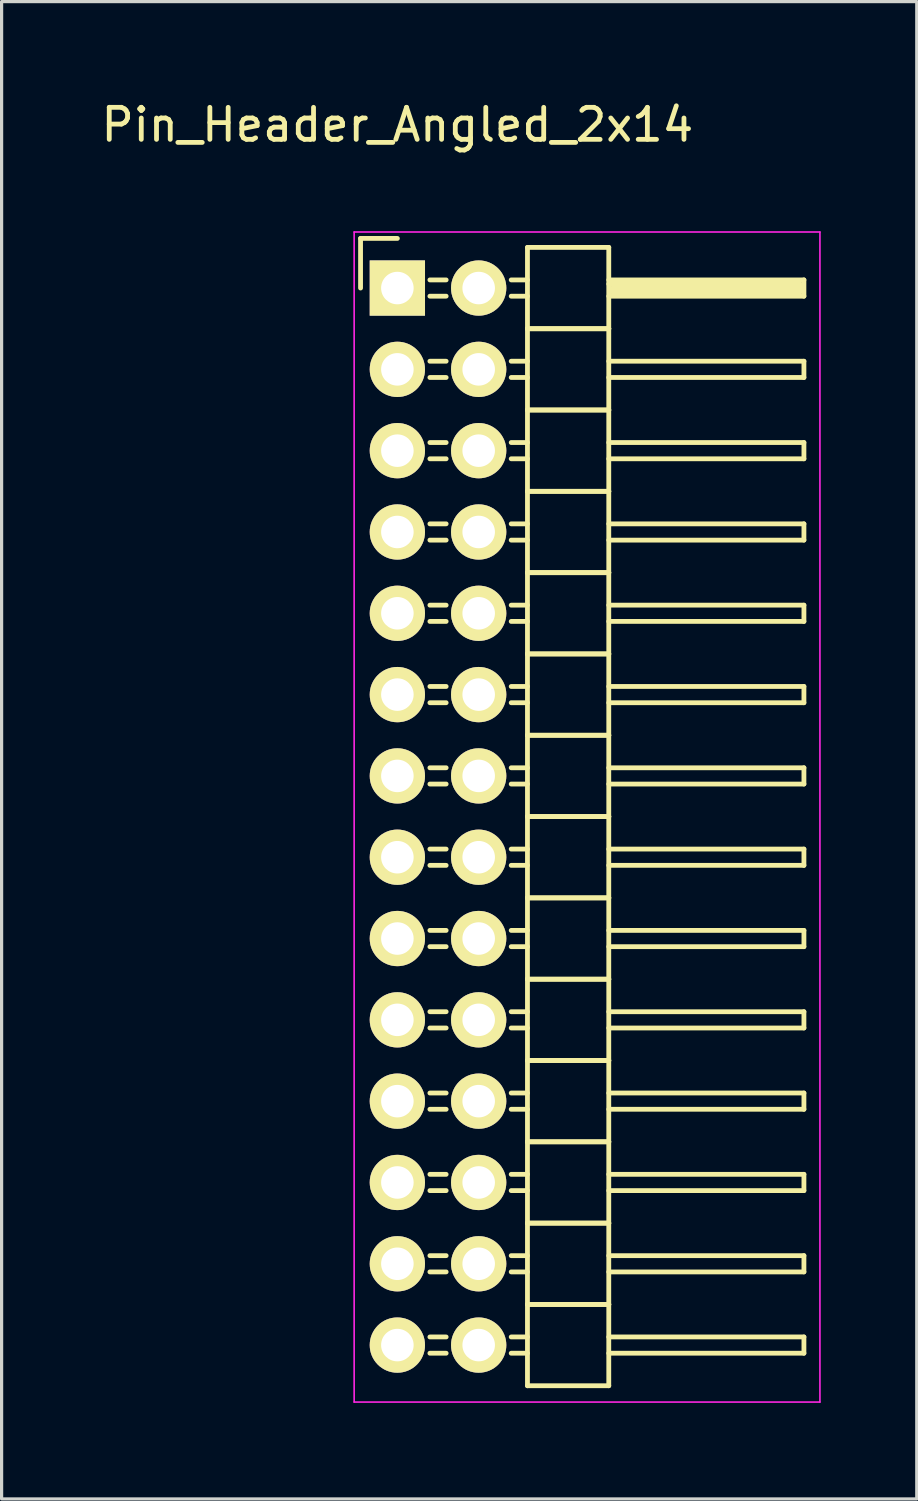
<source format=kicad_pcb>
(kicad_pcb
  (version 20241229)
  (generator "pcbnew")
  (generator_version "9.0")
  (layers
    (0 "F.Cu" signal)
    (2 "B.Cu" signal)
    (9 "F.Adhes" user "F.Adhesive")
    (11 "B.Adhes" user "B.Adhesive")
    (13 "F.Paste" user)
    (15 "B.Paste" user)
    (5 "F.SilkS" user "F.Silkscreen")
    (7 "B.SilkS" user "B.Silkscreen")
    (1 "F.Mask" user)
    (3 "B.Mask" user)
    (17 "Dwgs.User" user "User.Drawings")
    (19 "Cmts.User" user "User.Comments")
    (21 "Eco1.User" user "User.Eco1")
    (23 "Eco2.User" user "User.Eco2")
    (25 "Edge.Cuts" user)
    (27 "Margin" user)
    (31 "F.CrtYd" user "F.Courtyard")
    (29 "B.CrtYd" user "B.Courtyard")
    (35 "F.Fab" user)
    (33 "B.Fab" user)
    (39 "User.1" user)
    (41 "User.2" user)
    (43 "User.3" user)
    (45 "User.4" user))
  (footprint "Pin_Header_Angled_2x14"
    (layer "F.Cu")
    (at 9.363 5.948)
    (property "Reference" "Pin_Header_Angled_2x14" (at 0 -5.1 0) (layer "F.SilkS") (effects (font (size 1 1) (thickness 0.15))))
    (attr through_hole)
    (fp_line (start -1.15 -1.55) (end -1.15 0) (stroke (width 0.15) (type solid)) (layer "F.SilkS"))
    (fp_line (start 0 -1.55) (end -1.15 -1.55) (stroke (width 0.15) (type solid)) (layer "F.SilkS"))
    (fp_line (start 1.524 -0.254) (end 1.016 -0.254) (stroke (width 0.15) (type solid)) (layer "F.SilkS"))
    (fp_line (start 1.524 0.254) (end 1.016 0.254) (stroke (width 0.15) (type solid)) (layer "F.SilkS"))
    (fp_line (start 1.524 2.286) (end 1.016 2.286) (stroke (width 0.15) (type solid)) (layer "F.SilkS"))
    (fp_line (start 1.524 2.794) (end 1.016 2.794) (stroke (width 0.15) (type solid)) (layer "F.SilkS"))
    (fp_line (start 1.524 4.826) (end 1.016 4.826) (stroke (width 0.15) (type solid)) (layer "F.SilkS"))
    (fp_line (start 1.524 5.334) (end 1.016 5.334) (stroke (width 0.15) (type solid)) (layer "F.SilkS"))
    (fp_line (start 1.524 7.366) (end 1.016 7.366) (stroke (width 0.15) (type solid)) (layer "F.SilkS"))
    (fp_line (start 1.524 7.874) (end 1.016 7.874) (stroke (width 0.15) (type solid)) (layer "F.SilkS"))
    (fp_line (start 1.524 9.906) (end 1.016 9.906) (stroke (width 0.15) (type solid)) (layer "F.SilkS"))
    (fp_line (start 1.524 10.414) (end 1.016 10.414) (stroke (width 0.15) (type solid)) (layer "F.SilkS"))
    (fp_line (start 1.524 12.446) (end 1.016 12.446) (stroke (width 0.15) (type solid)) (layer "F.SilkS"))
    (fp_line (start 1.524 12.954) (end 1.016 12.954) (stroke (width 0.15) (type solid)) (layer "F.SilkS"))
    (fp_line (start 1.524 14.986) (end 1.016 14.986) (stroke (width 0.15) (type solid)) (layer "F.SilkS"))
    (fp_line (start 1.524 15.494) (end 1.016 15.494) (stroke (width 0.15) (type solid)) (layer "F.SilkS"))
    (fp_line (start 1.524 17.526) (end 1.016 17.526) (stroke (width 0.15) (type solid)) (layer "F.SilkS"))
    (fp_line (start 1.524 18.034) (end 1.016 18.034) (stroke (width 0.15) (type solid)) (layer "F.SilkS"))
    (fp_line (start 1.524 20.066) (end 1.016 20.066) (stroke (width 0.15) (type solid)) (layer "F.SilkS"))
    (fp_line (start 1.524 20.574) (end 1.016 20.574) (stroke (width 0.15) (type solid)) (layer "F.SilkS"))
    (fp_line (start 1.524 22.606) (end 1.016 22.606) (stroke (width 0.15) (type solid)) (layer "F.SilkS"))
    (fp_line (start 1.524 23.114) (end 1.016 23.114) (stroke (width 0.15) (type solid)) (layer "F.SilkS"))
    (fp_line (start 1.524 25.146) (end 1.016 25.146) (stroke (width 0.15) (type solid)) (layer "F.SilkS"))
    (fp_line (start 1.524 25.654) (end 1.016 25.654) (stroke (width 0.15) (type solid)) (layer "F.SilkS"))
    (fp_line (start 1.524 27.686) (end 1.016 27.686) (stroke (width 0.15) (type solid)) (layer "F.SilkS"))
    (fp_line (start 1.524 28.194) (end 1.016 28.194) (stroke (width 0.15) (type solid)) (layer "F.SilkS"))
    (fp_line (start 1.524 30.226) (end 1.016 30.226) (stroke (width 0.15) (type solid)) (layer "F.SilkS"))
    (fp_line (start 1.524 30.734) (end 1.016 30.734) (stroke (width 0.15) (type solid)) (layer "F.SilkS"))
    (fp_line (start 1.524 32.766) (end 1.016 32.766) (stroke (width 0.15) (type solid)) (layer "F.SilkS"))
    (fp_line (start 1.524 33.274) (end 1.016 33.274) (stroke (width 0.15) (type solid)) (layer "F.SilkS"))
    (fp_line (start 4.064 -1.27) (end 4.064 1.27) (stroke (width 0.15) (type solid)) (layer "F.SilkS"))
    (fp_line (start 4.064 -1.27) (end 6.604 -1.27) (stroke (width 0.15) (type solid)) (layer "F.SilkS"))
    (fp_line (start 4.064 -0.254) (end 3.556 -0.254) (stroke (width 0.15) (type solid)) (layer "F.SilkS"))
    (fp_line (start 4.064 0.254) (end 3.556 0.254) (stroke (width 0.15) (type solid)) (layer "F.SilkS"))
    (fp_line (start 4.064 1.27) (end 4.064 3.81) (stroke (width 0.15) (type solid)) (layer "F.SilkS"))
    (fp_line (start 4.064 1.27) (end 6.604 1.27) (stroke (width 0.15) (type solid)) (layer "F.SilkS"))
    (fp_line (start 4.064 1.27) (end 6.604 1.27) (stroke (width 0.15) (type solid)) (layer "F.SilkS"))
    (fp_line (start 4.064 2.286) (end 3.556 2.286) (stroke (width 0.15) (type solid)) (layer "F.SilkS"))
    (fp_line (start 4.064 2.794) (end 3.556 2.794) (stroke (width 0.15) (type solid)) (layer "F.SilkS"))
    (fp_line (start 4.064 3.81) (end 4.064 6.35) (stroke (width 0.15) (type solid)) (layer "F.SilkS"))
    (fp_line (start 4.064 3.81) (end 6.604 3.81) (stroke (width 0.15) (type solid)) (layer "F.SilkS"))
    (fp_line (start 4.064 3.81) (end 6.604 3.81) (stroke (width 0.15) (type solid)) (layer "F.SilkS"))
    (fp_line (start 4.064 4.826) (end 3.556 4.826) (stroke (width 0.15) (type solid)) (layer "F.SilkS"))
    (fp_line (start 4.064 5.334) (end 3.556 5.334) (stroke (width 0.15) (type solid)) (layer "F.SilkS"))
    (fp_line (start 4.064 6.35) (end 4.064 8.89) (stroke (width 0.15) (type solid)) (layer "F.SilkS"))
    (fp_line (start 4.064 6.35) (end 6.604 6.35) (stroke (width 0.15) (type solid)) (layer "F.SilkS"))
    (fp_line (start 4.064 6.35) (end 6.604 6.35) (stroke (width 0.15) (type solid)) (layer "F.SilkS"))
    (fp_line (start 4.064 7.366) (end 3.556 7.366) (stroke (width 0.15) (type solid)) (layer "F.SilkS"))
    (fp_line (start 4.064 7.874) (end 3.556 7.874) (stroke (width 0.15) (type solid)) (layer "F.SilkS"))
    (fp_line (start 4.064 8.89) (end 4.064 11.43) (stroke (width 0.15) (type solid)) (layer "F.SilkS"))
    (fp_line (start 4.064 8.89) (end 6.604 8.89) (stroke (width 0.15) (type solid)) (layer "F.SilkS"))
    (fp_line (start 4.064 8.89) (end 6.604 8.89) (stroke (width 0.15) (type solid)) (layer "F.SilkS"))
    (fp_line (start 4.064 9.906) (end 3.556 9.906) (stroke (width 0.15) (type solid)) (layer "F.SilkS"))
    (fp_line (start 4.064 10.414) (end 3.556 10.414) (stroke (width 0.15) (type solid)) (layer "F.SilkS"))
    (fp_line (start 4.064 11.43) (end 4.064 13.97) (stroke (width 0.15) (type solid)) (layer "F.SilkS"))
    (fp_line (start 4.064 11.43) (end 6.604 11.43) (stroke (width 0.15) (type solid)) (layer "F.SilkS"))
    (fp_line (start 4.064 11.43) (end 6.604 11.43) (stroke (width 0.15) (type solid)) (layer "F.SilkS"))
    (fp_line (start 4.064 12.446) (end 3.556 12.446) (stroke (width 0.15) (type solid)) (layer "F.SilkS"))
    (fp_line (start 4.064 12.954) (end 3.556 12.954) (stroke (width 0.15) (type solid)) (layer "F.SilkS"))
    (fp_line (start 4.064 13.97) (end 4.064 16.51) (stroke (width 0.15) (type solid)) (layer "F.SilkS"))
    (fp_line (start 4.064 13.97) (end 6.604 13.97) (stroke (width 0.15) (type solid)) (layer "F.SilkS"))
    (fp_line (start 4.064 13.97) (end 6.604 13.97) (stroke (width 0.15) (type solid)) (layer "F.SilkS"))
    (fp_line (start 4.064 14.986) (end 3.556 14.986) (stroke (width 0.15) (type solid)) (layer "F.SilkS"))
    (fp_line (start 4.064 15.494) (end 3.556 15.494) (stroke (width 0.15) (type solid)) (layer "F.SilkS"))
    (fp_line (start 4.064 16.51) (end 4.064 19.05) (stroke (width 0.15) (type solid)) (layer "F.SilkS"))
    (fp_line (start 4.064 16.51) (end 6.604 16.51) (stroke (width 0.15) (type solid)) (layer "F.SilkS"))
    (fp_line (start 4.064 16.51) (end 6.604 16.51) (stroke (width 0.15) (type solid)) (layer "F.SilkS"))
    (fp_line (start 4.064 17.526) (end 3.556 17.526) (stroke (width 0.15) (type solid)) (layer "F.SilkS"))
    (fp_line (start 4.064 18.034) (end 3.556 18.034) (stroke (width 0.15) (type solid)) (layer "F.SilkS"))
    (fp_line (start 4.064 19.05) (end 4.064 21.59) (stroke (width 0.15) (type solid)) (layer "F.SilkS"))
    (fp_line (start 4.064 19.05) (end 6.604 19.05) (stroke (width 0.15) (type solid)) (layer "F.SilkS"))
    (fp_line (start 4.064 19.05) (end 6.604 19.05) (stroke (width 0.15) (type solid)) (layer "F.SilkS"))
    (fp_line (start 4.064 20.066) (end 3.556 20.066) (stroke (width 0.15) (type solid)) (layer "F.SilkS"))
    (fp_line (start 4.064 20.574) (end 3.556 20.574) (stroke (width 0.15) (type solid)) (layer "F.SilkS"))
    (fp_line (start 4.064 21.59) (end 4.064 24.13) (stroke (width 0.15) (type solid)) (layer "F.SilkS"))
    (fp_line (start 4.064 21.59) (end 6.604 21.59) (stroke (width 0.15) (type solid)) (layer "F.SilkS"))
    (fp_line (start 4.064 21.59) (end 6.604 21.59) (stroke (width 0.15) (type solid)) (layer "F.SilkS"))
    (fp_line (start 4.064 22.606) (end 3.556 22.606) (stroke (width 0.15) (type solid)) (layer "F.SilkS"))
    (fp_line (start 4.064 23.114) (end 3.556 23.114) (stroke (width 0.15) (type solid)) (layer "F.SilkS"))
    (fp_line (start 4.064 24.13) (end 4.064 26.67) (stroke (width 0.15) (type solid)) (layer "F.SilkS"))
    (fp_line (start 4.064 24.13) (end 6.604 24.13) (stroke (width 0.15) (type solid)) (layer "F.SilkS"))
    (fp_line (start 4.064 24.13) (end 6.604 24.13) (stroke (width 0.15) (type solid)) (layer "F.SilkS"))
    (fp_line (start 4.064 25.146) (end 3.556 25.146) (stroke (width 0.15) (type solid)) (layer "F.SilkS"))
    (fp_line (start 4.064 25.654) (end 3.556 25.654) (stroke (width 0.15) (type solid)) (layer "F.SilkS"))
    (fp_line (start 4.064 26.67) (end 4.064 29.21) (stroke (width 0.15) (type solid)) (layer "F.SilkS"))
    (fp_line (start 4.064 26.67) (end 6.604 26.67) (stroke (width 0.15) (type solid)) (layer "F.SilkS"))
    (fp_line (start 4.064 26.67) (end 6.604 26.67) (stroke (width 0.15) (type solid)) (layer "F.SilkS"))
    (fp_line (start 4.064 27.686) (end 3.556 27.686) (stroke (width 0.15) (type solid)) (layer "F.SilkS"))
    (fp_line (start 4.064 28.194) (end 3.556 28.194) (stroke (width 0.15) (type solid)) (layer "F.SilkS"))
    (fp_line (start 4.064 29.21) (end 4.064 31.75) (stroke (width 0.15) (type solid)) (layer "F.SilkS"))
    (fp_line (start 4.064 29.21) (end 6.604 29.21) (stroke (width 0.15) (type solid)) (layer "F.SilkS"))
    (fp_line (start 4.064 29.21) (end 6.604 29.21) (stroke (width 0.15) (type solid)) (layer "F.SilkS"))
    (fp_line (start 4.064 30.226) (end 3.556 30.226) (stroke (width 0.15) (type solid)) (layer "F.SilkS"))
    (fp_line (start 4.064 30.734) (end 3.556 30.734) (stroke (width 0.15) (type solid)) (layer "F.SilkS"))
    (fp_line (start 4.064 31.75) (end 4.064 34.29) (stroke (width 0.15) (type solid)) (layer "F.SilkS"))
    (fp_line (start 4.064 31.75) (end 6.604 31.75) (stroke (width 0.15) (type solid)) (layer "F.SilkS"))
    (fp_line (start 4.064 31.75) (end 6.604 31.75) (stroke (width 0.15) (type solid)) (layer "F.SilkS"))
    (fp_line (start 4.064 32.766) (end 3.556 32.766) (stroke (width 0.15) (type solid)) (layer "F.SilkS"))
    (fp_line (start 4.064 33.274) (end 3.556 33.274) (stroke (width 0.15) (type solid)) (layer "F.SilkS"))
    (fp_line (start 4.064 34.29) (end 6.604 34.29) (stroke (width 0.15) (type solid)) (layer "F.SilkS"))
    (fp_line (start 6.604 -0.254) (end 12.7 -0.254) (stroke (width 0.15) (type solid)) (layer "F.SilkS"))
    (fp_line (start 6.604 -0.127) (end 12.573 -0.127) (stroke (width 0.15) (type solid)) (layer "F.SilkS"))
    (fp_line (start 6.604 1.27) (end 6.604 -1.27) (stroke (width 0.15) (type solid)) (layer "F.SilkS"))
    (fp_line (start 6.604 2.286) (end 12.7 2.286) (stroke (width 0.15) (type solid)) (layer "F.SilkS"))
    (fp_line (start 6.604 3.81) (end 6.604 1.27) (stroke (width 0.15) (type solid)) (layer "F.SilkS"))
    (fp_line (start 6.604 4.826) (end 12.7 4.826) (stroke (width 0.15) (type solid)) (layer "F.SilkS"))
    (fp_line (start 6.604 6.35) (end 6.604 3.81) (stroke (width 0.15) (type solid)) (layer "F.SilkS"))
    (fp_line (start 6.604 7.366) (end 12.7 7.366) (stroke (width 0.15) (type solid)) (layer "F.SilkS"))
    (fp_line (start 6.604 8.89) (end 6.604 6.35) (stroke (width 0.15) (type solid)) (layer "F.SilkS"))
    (fp_line (start 6.604 9.906) (end 12.7 9.906) (stroke (width 0.15) (type solid)) (layer "F.SilkS"))
    (fp_line (start 6.604 11.43) (end 6.604 8.89) (stroke (width 0.15) (type solid)) (layer "F.SilkS"))
    (fp_line (start 6.604 12.446) (end 12.7 12.446) (stroke (width 0.15) (type solid)) (layer "F.SilkS"))
    (fp_line (start 6.604 13.97) (end 6.604 11.43) (stroke (width 0.15) (type solid)) (layer "F.SilkS"))
    (fp_line (start 6.604 14.986) (end 12.7 14.986) (stroke (width 0.15) (type solid)) (layer "F.SilkS"))
    (fp_line (start 6.604 16.51) (end 6.604 13.97) (stroke (width 0.15) (type solid)) (layer "F.SilkS"))
    (fp_line (start 6.604 17.526) (end 12.7 17.526) (stroke (width 0.15) (type solid)) (layer "F.SilkS"))
    (fp_line (start 6.604 19.05) (end 6.604 16.51) (stroke (width 0.15) (type solid)) (layer "F.SilkS"))
    (fp_line (start 6.604 20.066) (end 12.7 20.066) (stroke (width 0.15) (type solid)) (layer "F.SilkS"))
    (fp_line (start 6.604 21.59) (end 6.604 19.05) (stroke (width 0.15) (type solid)) (layer "F.SilkS"))
    (fp_line (start 6.604 22.606) (end 12.7 22.606) (stroke (width 0.15) (type solid)) (layer "F.SilkS"))
    (fp_line (start 6.604 24.13) (end 6.604 21.59) (stroke (width 0.15) (type solid)) (layer "F.SilkS"))
    (fp_line (start 6.604 25.146) (end 12.7 25.146) (stroke (width 0.15) (type solid)) (layer "F.SilkS"))
    (fp_line (start 6.604 26.67) (end 6.604 24.13) (stroke (width 0.15) (type solid)) (layer "F.SilkS"))
    (fp_line (start 6.604 27.686) (end 12.7 27.686) (stroke (width 0.15) (type solid)) (layer "F.SilkS"))
    (fp_line (start 6.604 29.21) (end 6.604 26.67) (stroke (width 0.15) (type solid)) (layer "F.SilkS"))
    (fp_line (start 6.604 30.226) (end 12.7 30.226) (stroke (width 0.15) (type solid)) (layer "F.SilkS"))
    (fp_line (start 6.604 31.75) (end 6.604 29.21) (stroke (width 0.15) (type solid)) (layer "F.SilkS"))
    (fp_line (start 6.604 32.766) (end 12.7 32.766) (stroke (width 0.15) (type solid)) (layer "F.SilkS"))
    (fp_line (start 6.604 34.29) (end 6.604 31.75) (stroke (width 0.15) (type solid)) (layer "F.SilkS"))
    (fp_line (start 6.731 0) (end 12.573 0) (stroke (width 0.15) (type solid)) (layer "F.SilkS"))
    (fp_line (start 6.731 0.127) (end 6.731 0) (stroke (width 0.15) (type solid)) (layer "F.SilkS"))
    (fp_line (start 12.573 -0.127) (end 12.573 0.127) (stroke (width 0.15) (type solid)) (layer "F.SilkS"))
    (fp_line (start 12.573 0.127) (end 6.731 0.127) (stroke (width 0.15) (type solid)) (layer "F.SilkS"))
    (fp_line (start 12.7 -0.254) (end 12.7 0.254) (stroke (width 0.15) (type solid)) (layer "F.SilkS"))
    (fp_line (start 12.7 0.254) (end 6.604 0.254) (stroke (width 0.15) (type solid)) (layer "F.SilkS"))
    (fp_line (start 12.7 2.286) (end 12.7 2.794) (stroke (width 0.15) (type solid)) (layer "F.SilkS"))
    (fp_line (start 12.7 2.794) (end 6.604 2.794) (stroke (width 0.15) (type solid)) (layer "F.SilkS"))
    (fp_line (start 12.7 4.826) (end 12.7 5.334) (stroke (width 0.15) (type solid)) (layer "F.SilkS"))
    (fp_line (start 12.7 5.334) (end 6.604 5.334) (stroke (width 0.15) (type solid)) (layer "F.SilkS"))
    (fp_line (start 12.7 7.366) (end 12.7 7.874) (stroke (width 0.15) (type solid)) (layer "F.SilkS"))
    (fp_line (start 12.7 7.874) (end 6.604 7.874) (stroke (width 0.15) (type solid)) (layer "F.SilkS"))
    (fp_line (start 12.7 9.906) (end 12.7 10.414) (stroke (width 0.15) (type solid)) (layer "F.SilkS"))
    (fp_line (start 12.7 10.414) (end 6.604 10.414) (stroke (width 0.15) (type solid)) (layer "F.SilkS"))
    (fp_line (start 12.7 12.446) (end 12.7 12.954) (stroke (width 0.15) (type solid)) (layer "F.SilkS"))
    (fp_line (start 12.7 12.954) (end 6.604 12.954) (stroke (width 0.15) (type solid)) (layer "F.SilkS"))
    (fp_line (start 12.7 14.986) (end 12.7 15.494) (stroke (width 0.15) (type solid)) (layer "F.SilkS"))
    (fp_line (start 12.7 15.494) (end 6.604 15.494) (stroke (width 0.15) (type solid)) (layer "F.SilkS"))
    (fp_line (start 12.7 17.526) (end 12.7 18.034) (stroke (width 0.15) (type solid)) (layer "F.SilkS"))
    (fp_line (start 12.7 18.034) (end 6.604 18.034) (stroke (width 0.15) (type solid)) (layer "F.SilkS"))
    (fp_line (start 12.7 20.066) (end 12.7 20.574) (stroke (width 0.15) (type solid)) (layer "F.SilkS"))
    (fp_line (start 12.7 20.574) (end 6.604 20.574) (stroke (width 0.15) (type solid)) (layer "F.SilkS"))
    (fp_line (start 12.7 22.606) (end 12.7 23.114) (stroke (width 0.15) (type solid)) (layer "F.SilkS"))
    (fp_line (start 12.7 23.114) (end 6.604 23.114) (stroke (width 0.15) (type solid)) (layer "F.SilkS"))
    (fp_line (start 12.7 25.146) (end 12.7 25.654) (stroke (width 0.15) (type solid)) (layer "F.SilkS"))
    (fp_line (start 12.7 25.654) (end 6.604 25.654) (stroke (width 0.15) (type solid)) (layer "F.SilkS"))
    (fp_line (start 12.7 27.686) (end 12.7 28.194) (stroke (width 0.15) (type solid)) (layer "F.SilkS"))
    (fp_line (start 12.7 28.194) (end 6.604 28.194) (stroke (width 0.15) (type solid)) (layer "F.SilkS"))
    (fp_line (start 12.7 30.226) (end 12.7 30.734) (stroke (width 0.15) (type solid)) (layer "F.SilkS"))
    (fp_line (start 12.7 30.734) (end 6.604 30.734) (stroke (width 0.15) (type solid)) (layer "F.SilkS"))
    (fp_line (start 12.7 32.766) (end 12.7 33.274) (stroke (width 0.15) (type solid)) (layer "F.SilkS"))
    (fp_line (start 12.7 33.274) (end 6.604 33.274) (stroke (width 0.15) (type solid)) (layer "F.SilkS"))
    (fp_line (start -1.35 -1.75) (end -1.35 34.8) (stroke (width 0.05) (type solid)) (layer "F.CrtYd"))
    (fp_line (start -1.35 -1.75) (end 13.2 -1.75) (stroke (width 0.05) (type solid)) (layer "F.CrtYd"))
    (fp_line (start -1.35 34.8) (end 13.2 34.8) (stroke (width 0.05) (type solid)) (layer "F.CrtYd"))
    (fp_line (start 13.2 -1.75) (end 13.2 34.8) (stroke (width 0.05) (type solid)) (layer "F.CrtYd"))
    (pad "1" thru_hole rect (at 0 0) (size 1.727 1.727) (drill 1.016) (layers "*.Cu" "*.Mask" "F.SilkS"))
    (pad "2" thru_hole oval (at 2.54 0) (size 1.727 1.727) (drill 1.016) (layers "*.Cu" "*.Mask" "F.SilkS"))
    (pad "3" thru_hole oval (at 0 2.54) (size 1.727 1.727) (drill 1.016) (layers "*.Cu" "*.Mask" "F.SilkS"))
    (pad "4" thru_hole oval (at 2.54 2.54) (size 1.727 1.727) (drill 1.016) (layers "*.Cu" "*.Mask" "F.SilkS"))
    (pad "5" thru_hole oval (at 0 5.08) (size 1.727 1.727) (drill 1.016) (layers "*.Cu" "*.Mask" "F.SilkS"))
    (pad "6" thru_hole oval (at 2.54 5.08) (size 1.727 1.727) (drill 1.016) (layers "*.Cu" "*.Mask" "F.SilkS"))
    (pad "7" thru_hole oval (at 0 7.62) (size 1.727 1.727) (drill 1.016) (layers "*.Cu" "*.Mask" "F.SilkS"))
    (pad "8" thru_hole oval (at 2.54 7.62) (size 1.727 1.727) (drill 1.016) (layers "*.Cu" "*.Mask" "F.SilkS"))
    (pad "9" thru_hole oval (at 0 10.16) (size 1.727 1.727) (drill 1.016) (layers "*.Cu" "*.Mask" "F.SilkS"))
    (pad "10" thru_hole oval (at 2.54 10.16) (size 1.727 1.727) (drill 1.016) (layers "*.Cu" "*.Mask" "F.SilkS"))
    (pad "11" thru_hole oval (at 0 12.7) (size 1.727 1.727) (drill 1.016) (layers "*.Cu" "*.Mask" "F.SilkS"))
    (pad "12" thru_hole oval (at 2.54 12.7) (size 1.727 1.727) (drill 1.016) (layers "*.Cu" "*.Mask" "F.SilkS"))
    (pad "13" thru_hole oval (at 0 15.24) (size 1.727 1.727) (drill 1.016) (layers "*.Cu" "*.Mask" "F.SilkS"))
    (pad "14" thru_hole oval (at 2.54 15.24) (size 1.727 1.727) (drill 1.016) (layers "*.Cu" "*.Mask" "F.SilkS"))
    (pad "15" thru_hole oval (at 0 17.78) (size 1.727 1.727) (drill 1.016) (layers "*.Cu" "*.Mask" "F.SilkS"))
    (pad "16" thru_hole oval (at 2.54 17.78) (size 1.727 1.727) (drill 1.016) (layers "*.Cu" "*.Mask" "F.SilkS"))
    (pad "17" thru_hole oval (at 0 20.32) (size 1.727 1.727) (drill 1.016) (layers "*.Cu" "*.Mask" "F.SilkS"))
    (pad "18" thru_hole oval (at 2.54 20.32) (size 1.727 1.727) (drill 1.016) (layers "*.Cu" "*.Mask" "F.SilkS"))
    (pad "19" thru_hole oval (at 0 22.86) (size 1.727 1.727) (drill 1.016) (layers "*.Cu" "*.Mask" "F.SilkS"))
    (pad "20" thru_hole oval (at 2.54 22.86) (size 1.727 1.727) (drill 1.016) (layers "*.Cu" "*.Mask" "F.SilkS"))
    (pad "21" thru_hole oval (at 0 25.4) (size 1.727 1.727) (drill 1.016) (layers "*.Cu" "*.Mask" "F.SilkS"))
    (pad "22" thru_hole oval (at 2.54 25.4) (size 1.727 1.727) (drill 1.016) (layers "*.Cu" "*.Mask" "F.SilkS"))
    (pad "23" thru_hole oval (at 0 27.94) (size 1.727 1.727) (drill 1.016) (layers "*.Cu" "*.Mask" "F.SilkS"))
    (pad "24" thru_hole oval (at 2.54 27.94) (size 1.727 1.727) (drill 1.016) (layers "*.Cu" "*.Mask" "F.SilkS"))
    (pad "25" thru_hole oval (at 0 30.48) (size 1.727 1.727) (drill 1.016) (layers "*.Cu" "*.Mask" "F.SilkS"))
    (pad "26" thru_hole oval (at 2.54 30.48) (size 1.727 1.727) (drill 1.016) (layers "*.Cu" "*.Mask" "F.SilkS"))
    (pad "27" thru_hole oval (at 0 33.02) (size 1.727 1.727) (drill 1.016) (layers "*.Cu" "*.Mask" "F.SilkS"))
    (pad "28" thru_hole oval (at 2.54 33.02) (size 1.727 1.727) (drill 1.016) (layers "*.Cu" "*.Mask" "F.SilkS")))
  (gr_rect
    (start -3 -3)
    (end 25.588 43.773)
    (stroke (width 0.1) (type default))
    (fill no)
    (layer "Edge.Cuts")))
</source>
